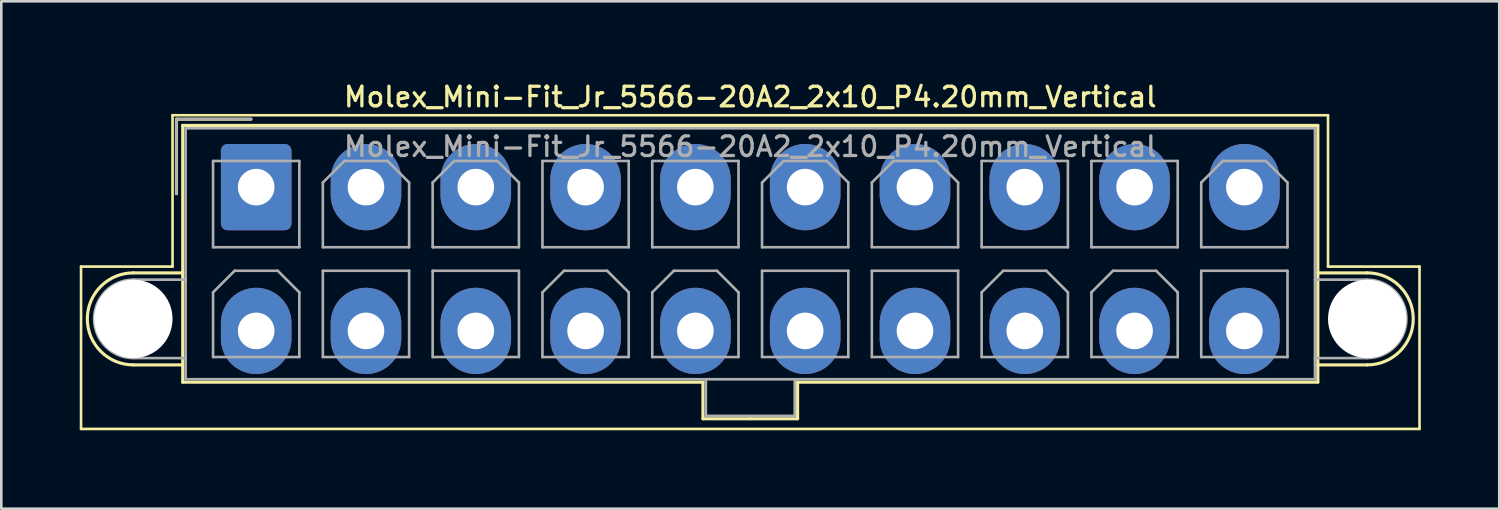
<source format=kicad_pcb>
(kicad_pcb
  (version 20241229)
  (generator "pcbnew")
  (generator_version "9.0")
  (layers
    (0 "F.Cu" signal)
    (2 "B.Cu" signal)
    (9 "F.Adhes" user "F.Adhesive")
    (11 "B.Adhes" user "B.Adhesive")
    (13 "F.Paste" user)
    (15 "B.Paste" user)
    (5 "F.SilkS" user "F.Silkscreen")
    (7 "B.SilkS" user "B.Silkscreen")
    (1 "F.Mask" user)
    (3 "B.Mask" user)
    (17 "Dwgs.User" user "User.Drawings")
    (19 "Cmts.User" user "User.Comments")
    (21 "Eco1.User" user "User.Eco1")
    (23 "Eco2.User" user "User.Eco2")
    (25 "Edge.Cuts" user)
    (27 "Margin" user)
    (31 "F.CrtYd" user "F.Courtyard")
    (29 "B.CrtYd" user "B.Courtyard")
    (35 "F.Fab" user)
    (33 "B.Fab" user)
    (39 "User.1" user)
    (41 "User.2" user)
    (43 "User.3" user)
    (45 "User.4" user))
  (footprint "Molex_Mini-Fit_Jr_5566-20A2_2x10_P4.20mm_Vertical"
    (layer "F.Cu")
    (at 6.75 4.108)
    (property "Reference" "Molex_Mini-Fit_Jr_5566-20A2_2x10_P4.20mm_Vertical" (at 18.9 -3.45 0) (layer "F.SilkS") (effects (font (size 0.75 0.75) (thickness 0.125))))
    (attr through_hole)
    (fp_line (start -6.7 3.04) (end -6.7 9.25) (stroke (width 0.1) (type solid)) (layer "F.SilkS"))
    (fp_line (start -6.7 9.25) (end 44.5 9.25) (stroke (width 0.1) (type solid)) (layer "F.SilkS"))
    (fp_line (start -4.7 3.28) (end -2.81 3.28) (stroke (width 0.12) (type solid)) (layer "F.SilkS"))
    (fp_line (start -4.7 6.8) (end -2.81 6.8) (stroke (width 0.12) (type solid)) (layer "F.SilkS"))
    (fp_line (start -3.2 -2.75) (end -3.2 3.04) (stroke (width 0.1) (type solid)) (layer "F.SilkS"))
    (fp_line (start -3.2 3.04) (end -6.7 3.04) (stroke (width 0.1) (type solid)) (layer "F.SilkS"))
    (fp_line (start -3.05 -2.6) (end -3.05 0.25) (stroke (width 0.12) (type solid)) (layer "F.SilkS"))
    (fp_line (start -2.81 -2.36) (end -2.81 7.46) (stroke (width 0.12) (type solid)) (layer "F.SilkS"))
    (fp_line (start -2.81 7.46) (end 17.09 7.46) (stroke (width 0.12) (type solid)) (layer "F.SilkS"))
    (fp_line (start -0.2 -2.6) (end -3.05 -2.6) (stroke (width 0.12) (type solid)) (layer "F.SilkS"))
    (fp_line (start 17.09 7.46) (end 17.09 8.86) (stroke (width 0.12) (type solid)) (layer "F.SilkS"))
    (fp_line (start 17.09 8.86) (end 18.9 8.86) (stroke (width 0.12) (type solid)) (layer "F.SilkS"))
    (fp_line (start 18.9 -2.36) (end -2.81 -2.36) (stroke (width 0.12) (type solid)) (layer "F.SilkS"))
    (fp_line (start 18.9 -2.36) (end 40.61 -2.36) (stroke (width 0.12) (type solid)) (layer "F.SilkS"))
    (fp_line (start 20.71 7.46) (end 20.71 8.86) (stroke (width 0.12) (type solid)) (layer "F.SilkS"))
    (fp_line (start 20.71 8.86) (end 18.9 8.86) (stroke (width 0.12) (type solid)) (layer "F.SilkS"))
    (fp_line (start 40.61 -2.36) (end 40.61 7.46) (stroke (width 0.12) (type solid)) (layer "F.SilkS"))
    (fp_line (start 40.61 7.46) (end 20.71 7.46) (stroke (width 0.12) (type solid)) (layer "F.SilkS"))
    (fp_line (start 41 -2.75) (end -3.2 -2.75) (stroke (width 0.1) (type solid)) (layer "F.SilkS"))
    (fp_line (start 41 3.04) (end 41 -2.75) (stroke (width 0.1) (type solid)) (layer "F.SilkS"))
    (fp_line (start 42.5 3.28) (end 40.61 3.28) (stroke (width 0.12) (type solid)) (layer "F.SilkS"))
    (fp_line (start 42.5 6.8) (end 40.61 6.8) (stroke (width 0.12) (type solid)) (layer "F.SilkS"))
    (fp_line (start 44.5 3.04) (end 41 3.04) (stroke (width 0.1) (type solid)) (layer "F.SilkS"))
    (fp_line (start 44.5 9.25) (end 44.5 3.04) (stroke (width 0.1) (type solid)) (layer "F.SilkS"))
    (fp_arc (start -4.7 6.8) (mid -6.46 5.04) (end -4.7 3.28) (stroke (width 0.12) (type solid)) (layer "F.SilkS"))
    (fp_arc (start 42.5 3.28) (mid 44.26 5.04) (end 42.5 6.8) (stroke (width 0.12) (type solid)) (layer "F.SilkS"))
    (fp_line (start -4.7 3.54) (end -2.7 3.54) (stroke (width 0.1) (type solid)) (layer "F.Fab"))
    (fp_line (start -4.7 6.54) (end -2.7 6.54) (stroke (width 0.1) (type solid)) (layer "F.Fab"))
    (fp_line (start -3.05 -2.6) (end -3.05 0.25) (stroke (width 0.1) (type solid)) (layer "F.Fab"))
    (fp_line (start -2.7 -2.25) (end -2.7 7.35) (stroke (width 0.1) (type solid)) (layer "F.Fab"))
    (fp_line (start -2.7 7.35) (end 40.5 7.35) (stroke (width 0.1) (type solid)) (layer "F.Fab"))
    (fp_line (start -1.65 -1) (end -1.65 2.3) (stroke (width 0.1) (type solid)) (layer "F.Fab"))
    (fp_line (start -1.65 2.3) (end 1.65 2.3) (stroke (width 0.1) (type solid)) (layer "F.Fab"))
    (fp_line (start -1.65 4.025) (end -0.825 3.2) (stroke (width 0.1) (type solid)) (layer "F.Fab"))
    (fp_line (start -1.65 6.5) (end -1.65 4.025) (stroke (width 0.1) (type solid)) (layer "F.Fab"))
    (fp_line (start -0.825 3.2) (end 0.825 3.2) (stroke (width 0.1) (type solid)) (layer "F.Fab"))
    (fp_line (start -0.2 -2.6) (end -3.05 -2.6) (stroke (width 0.1) (type solid)) (layer "F.Fab"))
    (fp_line (start 0.825 3.2) (end 1.65 4.025) (stroke (width 0.1) (type solid)) (layer "F.Fab"))
    (fp_line (start 1.65 -1) (end -1.65 -1) (stroke (width 0.1) (type solid)) (layer "F.Fab"))
    (fp_line (start 1.65 2.3) (end 1.65 -1) (stroke (width 0.1) (type solid)) (layer "F.Fab"))
    (fp_line (start 1.65 4.025) (end 1.65 6.5) (stroke (width 0.1) (type solid)) (layer "F.Fab"))
    (fp_line (start 1.65 6.5) (end -1.65 6.5) (stroke (width 0.1) (type solid)) (layer "F.Fab"))
    (fp_line (start 2.55 -0.175) (end 3.375 -1) (stroke (width 0.1) (type solid)) (layer "F.Fab"))
    (fp_line (start 2.55 2.3) (end 2.55 -0.175) (stroke (width 0.1) (type solid)) (layer "F.Fab"))
    (fp_line (start 2.55 3.2) (end 2.55 6.5) (stroke (width 0.1) (type solid)) (layer "F.Fab"))
    (fp_line (start 2.55 6.5) (end 5.85 6.5) (stroke (width 0.1) (type solid)) (layer "F.Fab"))
    (fp_line (start 3.375 -1) (end 5.025 -1) (stroke (width 0.1) (type solid)) (layer "F.Fab"))
    (fp_line (start 5.025 -1) (end 5.85 -0.175) (stroke (width 0.1) (type solid)) (layer "F.Fab"))
    (fp_line (start 5.85 -0.175) (end 5.85 2.3) (stroke (width 0.1) (type solid)) (layer "F.Fab"))
    (fp_line (start 5.85 2.3) (end 2.55 2.3) (stroke (width 0.1) (type solid)) (layer "F.Fab"))
    (fp_line (start 5.85 3.2) (end 2.55 3.2) (stroke (width 0.1) (type solid)) (layer "F.Fab"))
    (fp_line (start 5.85 6.5) (end 5.85 3.2) (stroke (width 0.1) (type solid)) (layer "F.Fab"))
    (fp_line (start 6.75 -0.175) (end 7.575 -1) (stroke (width 0.1) (type solid)) (layer "F.Fab"))
    (fp_line (start 6.75 2.3) (end 6.75 -0.175) (stroke (width 0.1) (type solid)) (layer "F.Fab"))
    (fp_line (start 6.75 3.2) (end 6.75 6.5) (stroke (width 0.1) (type solid)) (layer "F.Fab"))
    (fp_line (start 6.75 6.5) (end 10.05 6.5) (stroke (width 0.1) (type solid)) (layer "F.Fab"))
    (fp_line (start 7.575 -1) (end 9.225 -1) (stroke (width 0.1) (type solid)) (layer "F.Fab"))
    (fp_line (start 9.225 -1) (end 10.05 -0.175) (stroke (width 0.1) (type solid)) (layer "F.Fab"))
    (fp_line (start 10.05 -0.175) (end 10.05 2.3) (stroke (width 0.1) (type solid)) (layer "F.Fab"))
    (fp_line (start 10.05 2.3) (end 6.75 2.3) (stroke (width 0.1) (type solid)) (layer "F.Fab"))
    (fp_line (start 10.05 3.2) (end 6.75 3.2) (stroke (width 0.1) (type solid)) (layer "F.Fab"))
    (fp_line (start 10.05 6.5) (end 10.05 3.2) (stroke (width 0.1) (type solid)) (layer "F.Fab"))
    (fp_line (start 10.95 -1) (end 10.95 2.3) (stroke (width 0.1) (type solid)) (layer "F.Fab"))
    (fp_line (start 10.95 2.3) (end 14.25 2.3) (stroke (width 0.1) (type solid)) (layer "F.Fab"))
    (fp_line (start 10.95 4.025) (end 11.775 3.2) (stroke (width 0.1) (type solid)) (layer "F.Fab"))
    (fp_line (start 10.95 6.5) (end 10.95 4.025) (stroke (width 0.1) (type solid)) (layer "F.Fab"))
    (fp_line (start 11.775 3.2) (end 13.425 3.2) (stroke (width 0.1) (type solid)) (layer "F.Fab"))
    (fp_line (start 13.425 3.2) (end 14.25 4.025) (stroke (width 0.1) (type solid)) (layer "F.Fab"))
    (fp_line (start 14.25 -1) (end 10.95 -1) (stroke (width 0.1) (type solid)) (layer "F.Fab"))
    (fp_line (start 14.25 2.3) (end 14.25 -1) (stroke (width 0.1) (type solid)) (layer "F.Fab"))
    (fp_line (start 14.25 4.025) (end 14.25 6.5) (stroke (width 0.1) (type solid)) (layer "F.Fab"))
    (fp_line (start 14.25 6.5) (end 10.95 6.5) (stroke (width 0.1) (type solid)) (layer "F.Fab"))
    (fp_line (start 15.15 -1) (end 15.15 2.3) (stroke (width 0.1) (type solid)) (layer "F.Fab"))
    (fp_line (start 15.15 2.3) (end 18.45 2.3) (stroke (width 0.1) (type solid)) (layer "F.Fab"))
    (fp_line (start 15.15 4.025) (end 15.975 3.2) (stroke (width 0.1) (type solid)) (layer "F.Fab"))
    (fp_line (start 15.15 6.5) (end 15.15 4.025) (stroke (width 0.1) (type solid)) (layer "F.Fab"))
    (fp_line (start 15.975 3.2) (end 17.625 3.2) (stroke (width 0.1) (type solid)) (layer "F.Fab"))
    (fp_line (start 17.2 7.35) (end 17.2 8.75) (stroke (width 0.1) (type solid)) (layer "F.Fab"))
    (fp_line (start 17.2 8.75) (end 20.6 8.75) (stroke (width 0.1) (type solid)) (layer "F.Fab"))
    (fp_line (start 17.625 3.2) (end 18.45 4.025) (stroke (width 0.1) (type solid)) (layer "F.Fab"))
    (fp_line (start 18.45 -1) (end 15.15 -1) (stroke (width 0.1) (type solid)) (layer "F.Fab"))
    (fp_line (start 18.45 2.3) (end 18.45 -1) (stroke (width 0.1) (type solid)) (layer "F.Fab"))
    (fp_line (start 18.45 4.025) (end 18.45 6.5) (stroke (width 0.1) (type solid)) (layer "F.Fab"))
    (fp_line (start 18.45 6.5) (end 15.15 6.5) (stroke (width 0.1) (type solid)) (layer "F.Fab"))
    (fp_line (start 19.35 -0.175) (end 20.175 -1) (stroke (width 0.1) (type solid)) (layer "F.Fab"))
    (fp_line (start 19.35 2.3) (end 19.35 -0.175) (stroke (width 0.1) (type solid)) (layer "F.Fab"))
    (fp_line (start 19.35 3.2) (end 19.35 6.5) (stroke (width 0.1) (type solid)) (layer "F.Fab"))
    (fp_line (start 19.35 6.5) (end 22.65 6.5) (stroke (width 0.1) (type solid)) (layer "F.Fab"))
    (fp_line (start 20.175 -1) (end 21.825 -1) (stroke (width 0.1) (type solid)) (layer "F.Fab"))
    (fp_line (start 20.6 8.75) (end 20.6 7.35) (stroke (width 0.1) (type solid)) (layer "F.Fab"))
    (fp_line (start 21.825 -1) (end 22.65 -0.175) (stroke (width 0.1) (type solid)) (layer "F.Fab"))
    (fp_line (start 22.65 -0.175) (end 22.65 2.3) (stroke (width 0.1) (type solid)) (layer "F.Fab"))
    (fp_line (start 22.65 2.3) (end 19.35 2.3) (stroke (width 0.1) (type solid)) (layer "F.Fab"))
    (fp_line (start 22.65 3.2) (end 19.35 3.2) (stroke (width 0.1) (type solid)) (layer "F.Fab"))
    (fp_line (start 22.65 6.5) (end 22.65 3.2) (stroke (width 0.1) (type solid)) (layer "F.Fab"))
    (fp_line (start 23.55 -0.175) (end 24.375 -1) (stroke (width 0.1) (type solid)) (layer "F.Fab"))
    (fp_line (start 23.55 2.3) (end 23.55 -0.175) (stroke (width 0.1) (type solid)) (layer "F.Fab"))
    (fp_line (start 23.55 3.2) (end 23.55 6.5) (stroke (width 0.1) (type solid)) (layer "F.Fab"))
    (fp_line (start 23.55 6.5) (end 26.85 6.5) (stroke (width 0.1) (type solid)) (layer "F.Fab"))
    (fp_line (start 24.375 -1) (end 26.025 -1) (stroke (width 0.1) (type solid)) (layer "F.Fab"))
    (fp_line (start 26.025 -1) (end 26.85 -0.175) (stroke (width 0.1) (type solid)) (layer "F.Fab"))
    (fp_line (start 26.85 -0.175) (end 26.85 2.3) (stroke (width 0.1) (type solid)) (layer "F.Fab"))
    (fp_line (start 26.85 2.3) (end 23.55 2.3) (stroke (width 0.1) (type solid)) (layer "F.Fab"))
    (fp_line (start 26.85 3.2) (end 23.55 3.2) (stroke (width 0.1) (type solid)) (layer "F.Fab"))
    (fp_line (start 26.85 6.5) (end 26.85 3.2) (stroke (width 0.1) (type solid)) (layer "F.Fab"))
    (fp_line (start 27.75 -1) (end 27.75 2.3) (stroke (width 0.1) (type solid)) (layer "F.Fab"))
    (fp_line (start 27.75 2.3) (end 31.05 2.3) (stroke (width 0.1) (type solid)) (layer "F.Fab"))
    (fp_line (start 27.75 4.025) (end 28.575 3.2) (stroke (width 0.1) (type solid)) (layer "F.Fab"))
    (fp_line (start 27.75 6.5) (end 27.75 4.025) (stroke (width 0.1) (type solid)) (layer "F.Fab"))
    (fp_line (start 28.575 3.2) (end 30.225 3.2) (stroke (width 0.1) (type solid)) (layer "F.Fab"))
    (fp_line (start 30.225 3.2) (end 31.05 4.025) (stroke (width 0.1) (type solid)) (layer "F.Fab"))
    (fp_line (start 31.05 -1) (end 27.75 -1) (stroke (width 0.1) (type solid)) (layer "F.Fab"))
    (fp_line (start 31.05 2.3) (end 31.05 -1) (stroke (width 0.1) (type solid)) (layer "F.Fab"))
    (fp_line (start 31.05 4.025) (end 31.05 6.5) (stroke (width 0.1) (type solid)) (layer "F.Fab"))
    (fp_line (start 31.05 6.5) (end 27.75 6.5) (stroke (width 0.1) (type solid)) (layer "F.Fab"))
    (fp_line (start 31.95 -1) (end 31.95 2.3) (stroke (width 0.1) (type solid)) (layer "F.Fab"))
    (fp_line (start 31.95 2.3) (end 35.25 2.3) (stroke (width 0.1) (type solid)) (layer "F.Fab"))
    (fp_line (start 31.95 4.025) (end 32.775 3.2) (stroke (width 0.1) (type solid)) (layer "F.Fab"))
    (fp_line (start 31.95 6.5) (end 31.95 4.025) (stroke (width 0.1) (type solid)) (layer "F.Fab"))
    (fp_line (start 32.775 3.2) (end 34.425 3.2) (stroke (width 0.1) (type solid)) (layer "F.Fab"))
    (fp_line (start 34.425 3.2) (end 35.25 4.025) (stroke (width 0.1) (type solid)) (layer "F.Fab"))
    (fp_line (start 35.25 -1) (end 31.95 -1) (stroke (width 0.1) (type solid)) (layer "F.Fab"))
    (fp_line (start 35.25 2.3) (end 35.25 -1) (stroke (width 0.1) (type solid)) (layer "F.Fab"))
    (fp_line (start 35.25 4.025) (end 35.25 6.5) (stroke (width 0.1) (type solid)) (layer "F.Fab"))
    (fp_line (start 35.25 6.5) (end 31.95 6.5) (stroke (width 0.1) (type solid)) (layer "F.Fab"))
    (fp_line (start 36.15 -0.175) (end 36.975 -1) (stroke (width 0.1) (type solid)) (layer "F.Fab"))
    (fp_line (start 36.15 2.3) (end 36.15 -0.175) (stroke (width 0.1) (type solid)) (layer "F.Fab"))
    (fp_line (start 36.15 3.2) (end 36.15 6.5) (stroke (width 0.1) (type solid)) (layer "F.Fab"))
    (fp_line (start 36.15 6.5) (end 39.45 6.5) (stroke (width 0.1) (type solid)) (layer "F.Fab"))
    (fp_line (start 36.975 -1) (end 38.625 -1) (stroke (width 0.1) (type solid)) (layer "F.Fab"))
    (fp_line (start 38.625 -1) (end 39.45 -0.175) (stroke (width 0.1) (type solid)) (layer "F.Fab"))
    (fp_line (start 39.45 -0.175) (end 39.45 2.3) (stroke (width 0.1) (type solid)) (layer "F.Fab"))
    (fp_line (start 39.45 2.3) (end 36.15 2.3) (stroke (width 0.1) (type solid)) (layer "F.Fab"))
    (fp_line (start 39.45 3.2) (end 36.15 3.2) (stroke (width 0.1) (type solid)) (layer "F.Fab"))
    (fp_line (start 39.45 6.5) (end 39.45 3.2) (stroke (width 0.1) (type solid)) (layer "F.Fab"))
    (fp_line (start 40.5 -2.25) (end -2.7 -2.25) (stroke (width 0.1) (type solid)) (layer "F.Fab"))
    (fp_line (start 40.5 7.35) (end 40.5 -2.25) (stroke (width 0.1) (type solid)) (layer "F.Fab"))
    (fp_line (start 42.5 3.54) (end 40.5 3.54) (stroke (width 0.1) (type solid)) (layer "F.Fab"))
    (fp_line (start 42.5 6.54) (end 40.5 6.54) (stroke (width 0.1) (type solid)) (layer "F.Fab"))
    (fp_arc (start -4.7 6.54) (mid -6.2 5.04) (end -4.7 3.54) (stroke (width 0.1) (type solid)) (layer "F.Fab"))
    (fp_arc (start 42.5 3.54) (mid 44 5.04) (end 42.5 6.54) (stroke (width 0.1) (type solid)) (layer "F.Fab"))
    (fp_text user "${REFERENCE}" (at 18.9 -1.55 0) (layer "F.Fab") (effects (font (size 0.75 0.75) (thickness 0.125))))
    (pad "" np_thru_hole circle (at -4.7 5.04) (size 3 3) (drill 3) (layers "*.Cu" "*.Mask"))
    (pad "" np_thru_hole circle (at 42.5 5.04) (size 3 3) (drill 3) (layers "*.Cu" "*.Mask"))
    (pad "1" thru_hole roundrect (at 0 0) (size 2.7 3.3) (drill 1.4) (layers "*.Cu" "*.Mask") (roundrect_rratio 0.093))
    (pad "2" thru_hole oval (at 4.2 0) (size 2.7 3.3) (drill 1.4) (layers "*.Cu" "*.Mask"))
    (pad "3" thru_hole oval (at 8.4 0) (size 2.7 3.3) (drill 1.4) (layers "*.Cu" "*.Mask"))
    (pad "4" thru_hole oval (at 12.6 0) (size 2.7 3.3) (drill 1.4) (layers "*.Cu" "*.Mask"))
    (pad "5" thru_hole oval (at 16.8 0) (size 2.7 3.3) (drill 1.4) (layers "*.Cu" "*.Mask"))
    (pad "6" thru_hole oval (at 21 0) (size 2.7 3.3) (drill 1.4) (layers "*.Cu" "*.Mask"))
    (pad "7" thru_hole oval (at 25.2 0) (size 2.7 3.3) (drill 1.4) (layers "*.Cu" "*.Mask"))
    (pad "8" thru_hole oval (at 29.4 0) (size 2.7 3.3) (drill 1.4) (layers "*.Cu" "*.Mask"))
    (pad "9" thru_hole oval (at 33.6 0) (size 2.7 3.3) (drill 1.4) (layers "*.Cu" "*.Mask"))
    (pad "10" thru_hole oval (at 37.8 0) (size 2.7 3.3) (drill 1.4) (layers "*.Cu" "*.Mask"))
    (pad "11" thru_hole oval (at 0 5.5) (size 2.7 3.3) (drill 1.4) (layers "*.Cu" "*.Mask"))
    (pad "12" thru_hole oval (at 4.2 5.5) (size 2.7 3.3) (drill 1.4) (layers "*.Cu" "*.Mask"))
    (pad "13" thru_hole oval (at 8.4 5.5) (size 2.7 3.3) (drill 1.4) (layers "*.Cu" "*.Mask"))
    (pad "14" thru_hole oval (at 12.6 5.5) (size 2.7 3.3) (drill 1.4) (layers "*.Cu" "*.Mask"))
    (pad "15" thru_hole oval (at 16.8 5.5) (size 2.7 3.3) (drill 1.4) (layers "*.Cu" "*.Mask"))
    (pad "16" thru_hole oval (at 21 5.5) (size 2.7 3.3) (drill 1.4) (layers "*.Cu" "*.Mask"))
    (pad "17" thru_hole oval (at 25.2 5.5) (size 2.7 3.3) (drill 1.4) (layers "*.Cu" "*.Mask"))
    (pad "18" thru_hole oval (at 29.4 5.5) (size 2.7 3.3) (drill 1.4) (layers "*.Cu" "*.Mask"))
    (pad "19" thru_hole oval (at 33.6 5.5) (size 2.7 3.3) (drill 1.4) (layers "*.Cu" "*.Mask"))
    (pad "20" thru_hole oval (at 37.8 5.5) (size 2.7 3.3) (drill 1.4) (layers "*.Cu" "*.Mask")))
  (gr_rect
    (start -3 -3)
    (end 54.3 16.408)
    (stroke (width 0.1) (type default))
    (fill no)
    (layer "Edge.Cuts")))
</source>
